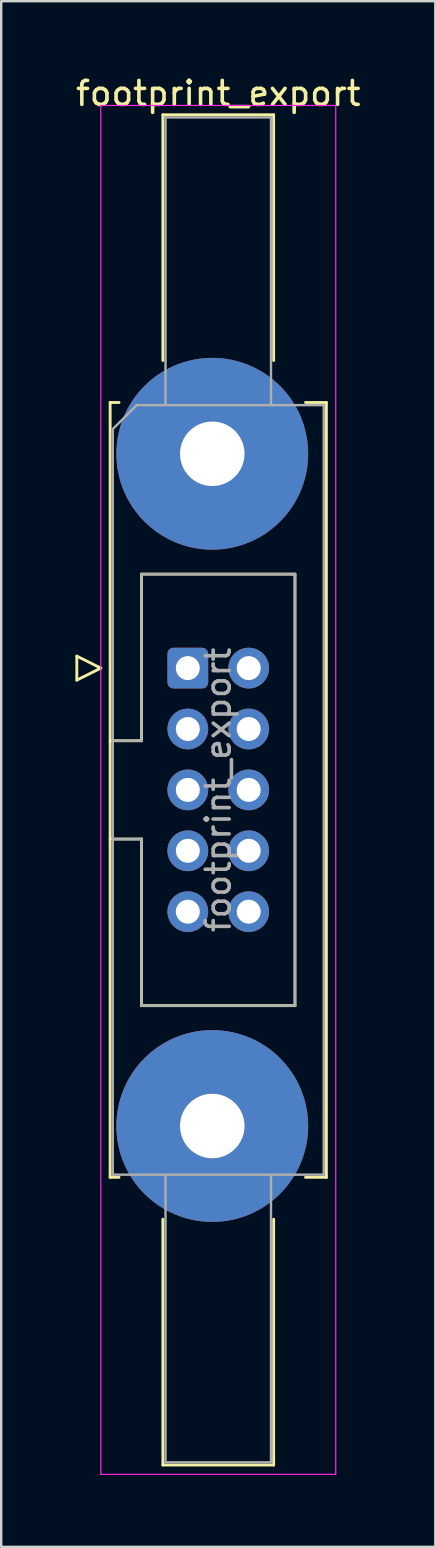
<source format=kicad_pcb>
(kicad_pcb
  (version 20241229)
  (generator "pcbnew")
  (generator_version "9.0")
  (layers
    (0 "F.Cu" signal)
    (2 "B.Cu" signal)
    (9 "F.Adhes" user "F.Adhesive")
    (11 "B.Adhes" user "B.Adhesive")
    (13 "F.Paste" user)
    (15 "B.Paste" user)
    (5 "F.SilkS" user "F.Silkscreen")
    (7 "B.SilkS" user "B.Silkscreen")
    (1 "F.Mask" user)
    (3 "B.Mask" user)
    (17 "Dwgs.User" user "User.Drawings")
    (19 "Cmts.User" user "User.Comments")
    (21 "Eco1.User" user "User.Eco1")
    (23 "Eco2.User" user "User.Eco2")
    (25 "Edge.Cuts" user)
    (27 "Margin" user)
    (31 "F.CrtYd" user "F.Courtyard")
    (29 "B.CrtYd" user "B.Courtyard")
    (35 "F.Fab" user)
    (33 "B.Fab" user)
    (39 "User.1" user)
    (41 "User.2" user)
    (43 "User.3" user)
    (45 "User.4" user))
  (footprint "footprint_export"
    (layer "F.Cu")
    (at 4.784 24.818)
    (property "Reference" "footprint_export" (at 1.27 -23.97 0) (layer "F.SilkS") (effects (font (size 1 1) (thickness 0.15))))
    (attr through_hole)
    (fp_line (start -4.63 -0.5) (end -4.63 0.5) (stroke (width 0.12) (type solid)) (layer "F.SilkS"))
    (fp_line (start -4.63 0.5) (end -3.63 0) (stroke (width 0.12) (type solid)) (layer "F.SilkS"))
    (fp_line (start -3.63 0) (end -4.63 -0.5) (stroke (width 0.12) (type solid)) (layer "F.SilkS"))
    (fp_line (start -3.24 -11.08) (end -3.24 21.24) (stroke (width 0.12) (type solid)) (layer "F.SilkS"))
    (fp_line (start -3.24 3.03) (end -1.93 3.03) (stroke (width 0.12) (type solid)) (layer "F.SilkS"))
    (fp_line (start -3.24 21.24) (end -2.87 21.24) (stroke (width 0.12) (type solid)) (layer "F.SilkS"))
    (fp_line (start -2.87 -11.08) (end -3.24 -11.08) (stroke (width 0.12) (type solid)) (layer "F.SilkS"))
    (fp_line (start -1.93 -3.92) (end 4.47 -3.92) (stroke (width 0.12) (type solid)) (layer "F.SilkS"))
    (fp_line (start -1.93 3.03) (end -1.93 -3.92) (stroke (width 0.12) (type solid)) (layer "F.SilkS"))
    (fp_line (start -1.93 7.13) (end -3.24 7.13) (stroke (width 0.12) (type solid)) (layer "F.SilkS"))
    (fp_line (start -1.93 7.13) (end -1.93 7.13) (stroke (width 0.12) (type solid)) (layer "F.SilkS"))
    (fp_line (start -1.93 14.08) (end -1.93 7.13) (stroke (width 0.12) (type solid)) (layer "F.SilkS"))
    (fp_line (start -1.04 -23.08) (end 3.58 -23.08) (stroke (width 0.12) (type solid)) (layer "F.SilkS"))
    (fp_line (start -1.04 -12.83) (end -1.04 -23.08) (stroke (width 0.12) (type solid)) (layer "F.SilkS"))
    (fp_line (start -1.04 22.99) (end -1.04 33.24) (stroke (width 0.12) (type solid)) (layer "F.SilkS"))
    (fp_line (start -1.04 33.24) (end 3.58 33.24) (stroke (width 0.12) (type solid)) (layer "F.SilkS"))
    (fp_line (start 3.58 -23.08) (end 3.58 -12.83) (stroke (width 0.12) (type solid)) (layer "F.SilkS"))
    (fp_line (start 3.58 33.24) (end 3.58 22.99) (stroke (width 0.12) (type solid)) (layer "F.SilkS"))
    (fp_line (start 4.47 -3.92) (end 4.47 14.08) (stroke (width 0.12) (type solid)) (layer "F.SilkS"))
    (fp_line (start 4.47 14.08) (end -1.93 14.08) (stroke (width 0.12) (type solid)) (layer "F.SilkS"))
    (fp_line (start 4.91 -11.08) (end 5.78 -11.08) (stroke (width 0.12) (type solid)) (layer "F.SilkS"))
    (fp_line (start 5.78 -11.08) (end 5.78 21.24) (stroke (width 0.12) (type solid)) (layer "F.SilkS"))
    (fp_line (start 5.78 21.24) (end 4.91 21.24) (stroke (width 0.12) (type solid)) (layer "F.SilkS"))
    (fp_line (start -3.63 -23.47) (end -3.63 33.63) (stroke (width 0.05) (type solid)) (layer "F.CrtYd"))
    (fp_line (start -3.63 33.63) (end 6.17 33.63) (stroke (width 0.05) (type solid)) (layer "F.CrtYd"))
    (fp_line (start 6.17 -23.47) (end -3.63 -23.47) (stroke (width 0.05) (type solid)) (layer "F.CrtYd"))
    (fp_line (start 6.17 33.63) (end 6.17 -23.47) (stroke (width 0.05) (type solid)) (layer "F.CrtYd"))
    (fp_line (start -3.13 -9.97) (end -2.13 -10.97) (stroke (width 0.1) (type solid)) (layer "F.Fab"))
    (fp_line (start -3.13 3.03) (end -1.93 3.03) (stroke (width 0.1) (type solid)) (layer "F.Fab"))
    (fp_line (start -3.13 21.13) (end -3.13 -9.97) (stroke (width 0.1) (type solid)) (layer "F.Fab"))
    (fp_line (start -2.13 -10.97) (end 5.67 -10.97) (stroke (width 0.1) (type solid)) (layer "F.Fab"))
    (fp_line (start -1.93 -3.92) (end 4.47 -3.92) (stroke (width 0.1) (type solid)) (layer "F.Fab"))
    (fp_line (start -1.93 3.03) (end -1.93 -3.92) (stroke (width 0.1) (type solid)) (layer "F.Fab"))
    (fp_line (start -1.93 7.13) (end -3.13 7.13) (stroke (width 0.1) (type solid)) (layer "F.Fab"))
    (fp_line (start -1.93 7.13) (end -1.93 7.13) (stroke (width 0.1) (type solid)) (layer "F.Fab"))
    (fp_line (start -1.93 14.08) (end -1.93 7.13) (stroke (width 0.1) (type solid)) (layer "F.Fab"))
    (fp_line (start -0.93 -22.97) (end 3.47 -22.97) (stroke (width 0.1) (type solid)) (layer "F.Fab"))
    (fp_line (start -0.93 -10.97) (end -0.93 -22.97) (stroke (width 0.1) (type solid)) (layer "F.Fab"))
    (fp_line (start -0.93 21.13) (end -0.93 33.13) (stroke (width 0.1) (type solid)) (layer "F.Fab"))
    (fp_line (start -0.93 33.13) (end 3.47 33.13) (stroke (width 0.1) (type solid)) (layer "F.Fab"))
    (fp_line (start 3.47 -22.97) (end 3.47 -10.97) (stroke (width 0.1) (type solid)) (layer "F.Fab"))
    (fp_line (start 3.47 33.13) (end 3.47 21.13) (stroke (width 0.1) (type solid)) (layer "F.Fab"))
    (fp_line (start 4.47 -3.92) (end 4.47 14.08) (stroke (width 0.1) (type solid)) (layer "F.Fab"))
    (fp_line (start 4.47 14.08) (end -1.93 14.08) (stroke (width 0.1) (type solid)) (layer "F.Fab"))
    (fp_line (start 5.67 -10.97) (end 5.67 21.13) (stroke (width 0.1) (type solid)) (layer "F.Fab"))
    (fp_line (start 5.67 21.13) (end -3.13 21.13) (stroke (width 0.1) (type solid)) (layer "F.Fab"))
    (fp_text user "${REFERENCE}" (at 1.27 5.08 90) (layer "F.Fab") (effects (font (size 1 1) (thickness 0.15))))
    (pad "1" thru_hole roundrect (at 0 0) (size 1.7 1.7) (drill 1) (layers "*.Cu" "*.Mask") (roundrect_rratio 0.147))
    (pad "2" thru_hole circle (at 2.54 0) (size 1.7 1.7) (drill 1) (layers "*.Cu" "*.Mask"))
    (pad "3" thru_hole circle (at 0 2.54) (size 1.7 1.7) (drill 1) (layers "*.Cu" "*.Mask"))
    (pad "4" thru_hole circle (at 2.54 2.54) (size 1.7 1.7) (drill 1) (layers "*.Cu" "*.Mask"))
    (pad "5" thru_hole circle (at 0 5.08) (size 1.7 1.7) (drill 1) (layers "*.Cu" "*.Mask"))
    (pad "6" thru_hole circle (at 2.54 5.08) (size 1.7 1.7) (drill 1) (layers "*.Cu" "*.Mask"))
    (pad "7" thru_hole circle (at 0 7.62) (size 1.7 1.7) (drill 1) (layers "*.Cu" "*.Mask"))
    (pad "8" thru_hole circle (at 2.54 7.62) (size 1.7 1.7) (drill 1) (layers "*.Cu" "*.Mask"))
    (pad "9" thru_hole circle (at 0 10.16) (size 1.7 1.7) (drill 1) (layers "*.Cu" "*.Mask"))
    (pad "10" thru_hole circle (at 2.54 10.16) (size 1.7 1.7) (drill 1) (layers "*.Cu" "*.Mask"))
    (pad "MP" thru_hole circle (at 1.02 -8.94) (size 8 8) (drill 2.69) (layers "*.Cu" "*.Mask"))
    (pad "MP" thru_hole circle (at 1.02 19.1) (size 8 8) (drill 2.69) (layers "*.Cu" "*.Mask")))
  (gr_rect
    (start -3 -3)
    (end 15.107 61.473)
    (stroke (width 0.1) (type default))
    (fill no)
    (layer "Edge.Cuts")))
</source>
